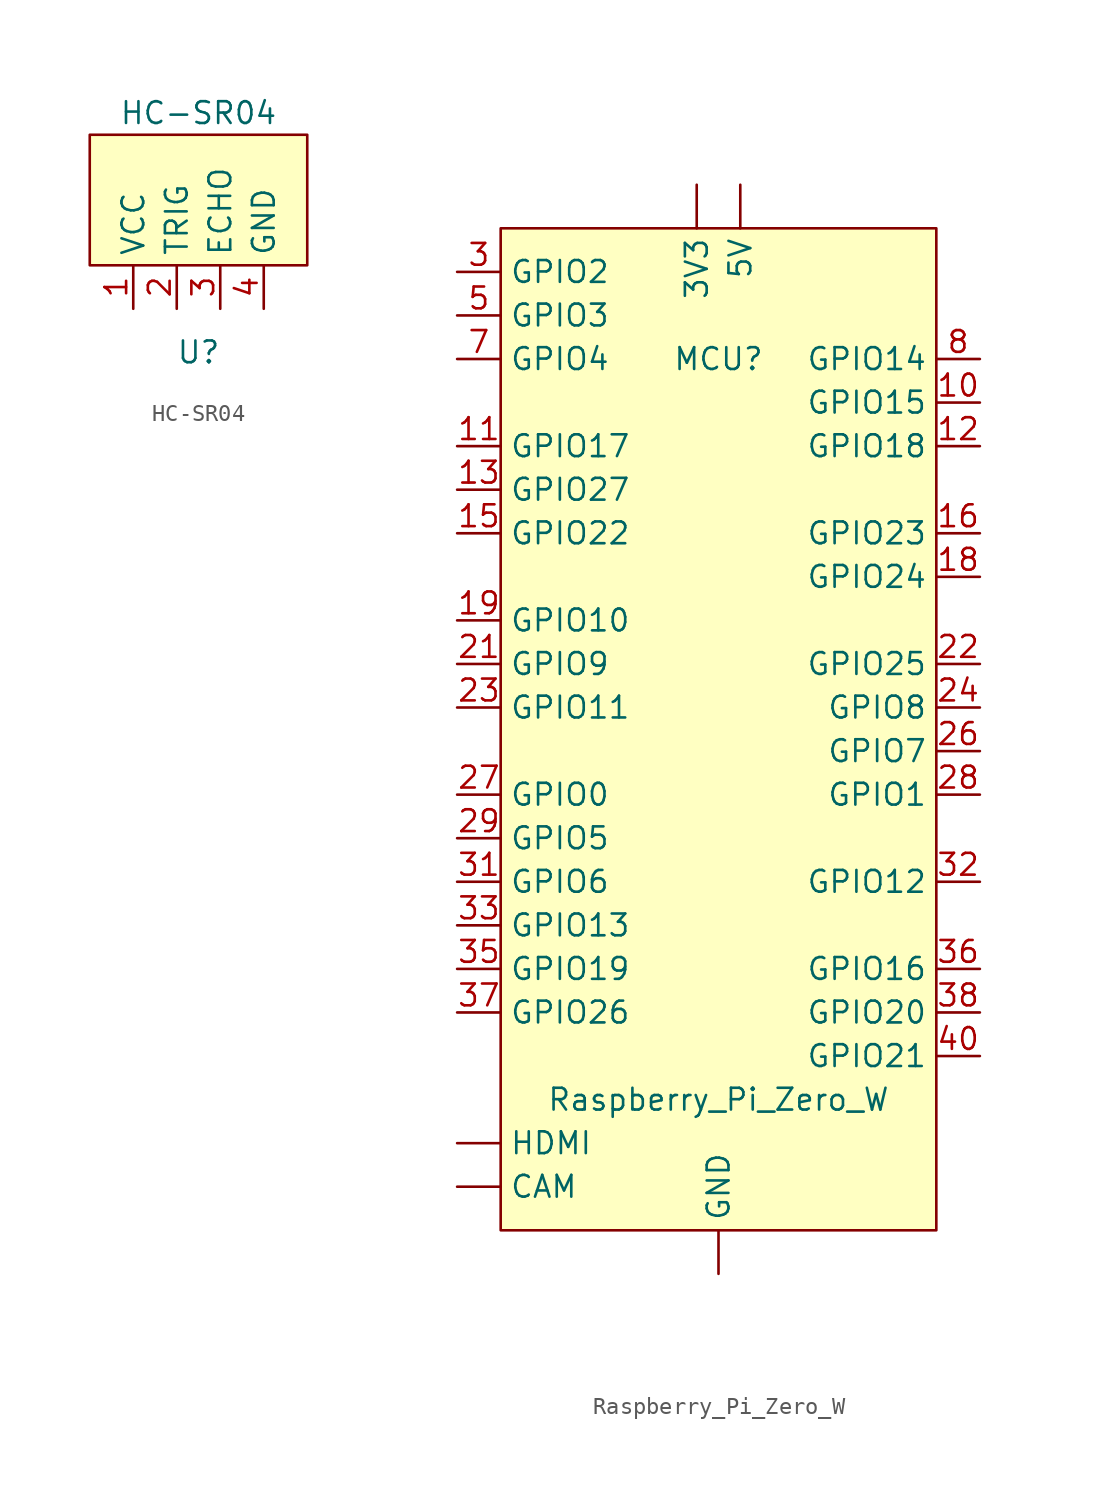
<source format=kicad_sym>
(kicad_symbol_lib
  (version 20211014)
  (generator kicad_symbol_editor)
  (symbol "HC-SR04"
    (property "Reference" "U"
      (at 0 -8.89 0)
      (effects (font (size 1.27 1.27))))
    (property "Value" "HC-SR04"
      (at 0 5.08 0)
      (effects (font (size 1.27 1.27))))
    (symbol "HC-SR04_0_1"
      (rectangle (start -6.35 3.81) (end 6.35 -3.81) (stroke (width 0) (type default) (color 0 0 0 0)) (fill (type background))))
    (symbol "HC-SR04_1_1"
      (pin power_in line (at -3.81 -6.35 90) (length 2.54) (name "VCC" (effects (font (size 1.27 1.27)))) (number "1" (effects (font (size 1.27 1.27)))))
      (pin input line (at -1.27 -6.35 90) (length 2.54) (name "TRIG" (effects (font (size 1.27 1.27)))) (number "2" (effects (font (size 1.27 1.27)))))
      (pin output line (at 1.27 -6.35 90) (length 2.54) (name "ECHO" (effects (font (size 1.27 1.27)))) (number "3" (effects (font (size 1.27 1.27)))))
      (pin power_out line (at 3.81 -6.35 90) (length 2.54) (name "GND" (effects (font (size 1.27 1.27)))) (number "4" (effects (font (size 1.27 1.27)))))))
  (symbol "Raspberry_Pi_Zero_W"
    (property "Reference" "MCU"
      (at 0 17.78 0)
      (effects (font (size 1.27 1.27))))
    (property "Value" "Raspberry_Pi_Zero_W"
      (at 0 -25.4 0)
      (effects (font (size 1.27 1.27))))
    (symbol "Raspberry_Pi_Zero_W_0_1"
      (rectangle (start -12.7 25.4) (end 12.7 -33.02) (stroke (width 0) (type default) (color 0 0 0 0)) (fill (type background))))
    (symbol "Raspberry_Pi_Zero_W_1_1"
      (pin input line (at -1.27 27.94 270) (length 2.54) (name "3V3" (effects (font (size 1.27 1.27)))) (number "" (effects (font (size 1.27 1.27)))))
      (pin input line (at 1.27 27.94 270) (length 2.54) (name "5V" (effects (font (size 1.27 1.27)))) (number "" (effects (font (size 1.27 1.27)))))
      (pin input line (at -15.24 -30.48 0) (length 2.54) (name "CAM" (effects (font (size 1.27 1.27)))) (number "" (effects (font (size 1.27 1.27)))))
      (pin input line (at 0 -35.56 90) (length 2.54) (name "GND" (effects (font (size 1.27 1.27)))) (number "" (effects (font (size 1.27 1.27)))))
      (pin output line (at -15.24 -27.94 0) (length 2.54) (name "HDMI" (effects (font (size 1.27 1.27)))) (number "" (effects (font (size 1.27 1.27)))))
      (pin input line (at 15.24 15.24 180) (length 2.54) (name "GPIO15" (effects (font (size 1.27 1.27)))) (number "10" (effects (font (size 1.27 1.27)))))
      (pin input line (at -15.24 12.7 0) (length 2.54) (name "GPIO17" (effects (font (size 1.27 1.27)))) (number "11" (effects (font (size 1.27 1.27)))))
      (pin input line (at 15.24 12.7 180) (length 2.54) (name "GPIO18" (effects (font (size 1.27 1.27)))) (number "12" (effects (font (size 1.27 1.27)))))
      (pin input line (at -15.24 10.16 0) (length 2.54) (name "GPIO27" (effects (font (size 1.27 1.27)))) (number "13" (effects (font (size 1.27 1.27)))))
      (pin input line (at -15.24 7.62 0) (length 2.54) (name "GPIO22" (effects (font (size 1.27 1.27)))) (number "15" (effects (font (size 1.27 1.27)))))
      (pin input line (at 15.24 7.62 180) (length 2.54) (name "GPIO23" (effects (font (size 1.27 1.27)))) (number "16" (effects (font (size 1.27 1.27)))))
      (pin input line (at 15.24 5.08 180) (length 2.54) (name "GPIO24" (effects (font (size 1.27 1.27)))) (number "18" (effects (font (size 1.27 1.27)))))
      (pin input line (at -15.24 2.54 0) (length 2.54) (name "GPIO10" (effects (font (size 1.27 1.27)))) (number "19" (effects (font (size 1.27 1.27)))))
      (pin input line (at -15.24 0 0) (length 2.54) (name "GPIO9" (effects (font (size 1.27 1.27)))) (number "21" (effects (font (size 1.27 1.27)))))
      (pin input line (at 15.24 0 180) (length 2.54) (name "GPIO25" (effects (font (size 1.27 1.27)))) (number "22" (effects (font (size 1.27 1.27)))))
      (pin input line (at -15.24 -2.54 0) (length 2.54) (name "GPIO11" (effects (font (size 1.27 1.27)))) (number "23" (effects (font (size 1.27 1.27)))))
      (pin input line (at 15.24 -2.54 180) (length 2.54) (name "GPIO8" (effects (font (size 1.27 1.27)))) (number "24" (effects (font (size 1.27 1.27)))))
      (pin input line (at 15.24 -5.08 180) (length 2.54) (name "GPIO7" (effects (font (size 1.27 1.27)))) (number "26" (effects (font (size 1.27 1.27)))))
      (pin input line (at -15.24 -7.62 0) (length 2.54) (name "GPIO0" (effects (font (size 1.27 1.27)))) (number "27" (effects (font (size 1.27 1.27)))))
      (pin input line (at 15.24 -7.62 180) (length 2.54) (name "GPIO1" (effects (font (size 1.27 1.27)))) (number "28" (effects (font (size 1.27 1.27)))))
      (pin input line (at -15.24 -10.16 0) (length 2.54) (name "GPIO5" (effects (font (size 1.27 1.27)))) (number "29" (effects (font (size 1.27 1.27)))))
      (pin input line (at -15.24 22.86 0) (length 2.54) (name "GPIO2" (effects (font (size 1.27 1.27)))) (number "3" (effects (font (size 1.27 1.27)))))
      (pin input line (at -15.24 -12.7 0) (length 2.54) (name "GPIO6" (effects (font (size 1.27 1.27)))) (number "31" (effects (font (size 1.27 1.27)))))
      (pin input line (at 15.24 -12.7 180) (length 2.54) (name "GPIO12" (effects (font (size 1.27 1.27)))) (number "32" (effects (font (size 1.27 1.27)))))
      (pin input line (at -15.24 -15.24 0) (length 2.54) (name "GPIO13" (effects (font (size 1.27 1.27)))) (number "33" (effects (font (size 1.27 1.27)))))
      (pin input line (at -15.24 -17.78 0) (length 2.54) (name "GPIO19" (effects (font (size 1.27 1.27)))) (number "35" (effects (font (size 1.27 1.27)))))
      (pin input line (at 15.24 -17.78 180) (length 2.54) (name "GPIO16" (effects (font (size 1.27 1.27)))) (number "36" (effects (font (size 1.27 1.27)))))
      (pin input line (at -15.24 -20.32 0) (length 2.54) (name "GPIO26" (effects (font (size 1.27 1.27)))) (number "37" (effects (font (size 1.27 1.27)))))
      (pin input line (at 15.24 -20.32 180) (length 2.54) (name "GPIO20" (effects (font (size 1.27 1.27)))) (number "38" (effects (font (size 1.27 1.27)))))
      (pin input line (at 15.24 -22.86 180) (length 2.54) (name "GPIO21" (effects (font (size 1.27 1.27)))) (number "40" (effects (font (size 1.27 1.27)))))
      (pin input line (at -15.24 20.32 0) (length 2.54) (name "GPIO3" (effects (font (size 1.27 1.27)))) (number "5" (effects (font (size 1.27 1.27)))))
      (pin input line (at -15.24 17.78 0) (length 2.54) (name "GPIO4" (effects (font (size 1.27 1.27)))) (number "7" (effects (font (size 1.27 1.27)))))
      (pin input line (at 15.24 17.78 180) (length 2.54) (name "GPIO14" (effects (font (size 1.27 1.27)))) (number "8" (effects (font (size 1.27 1.27))))))))
</source>
